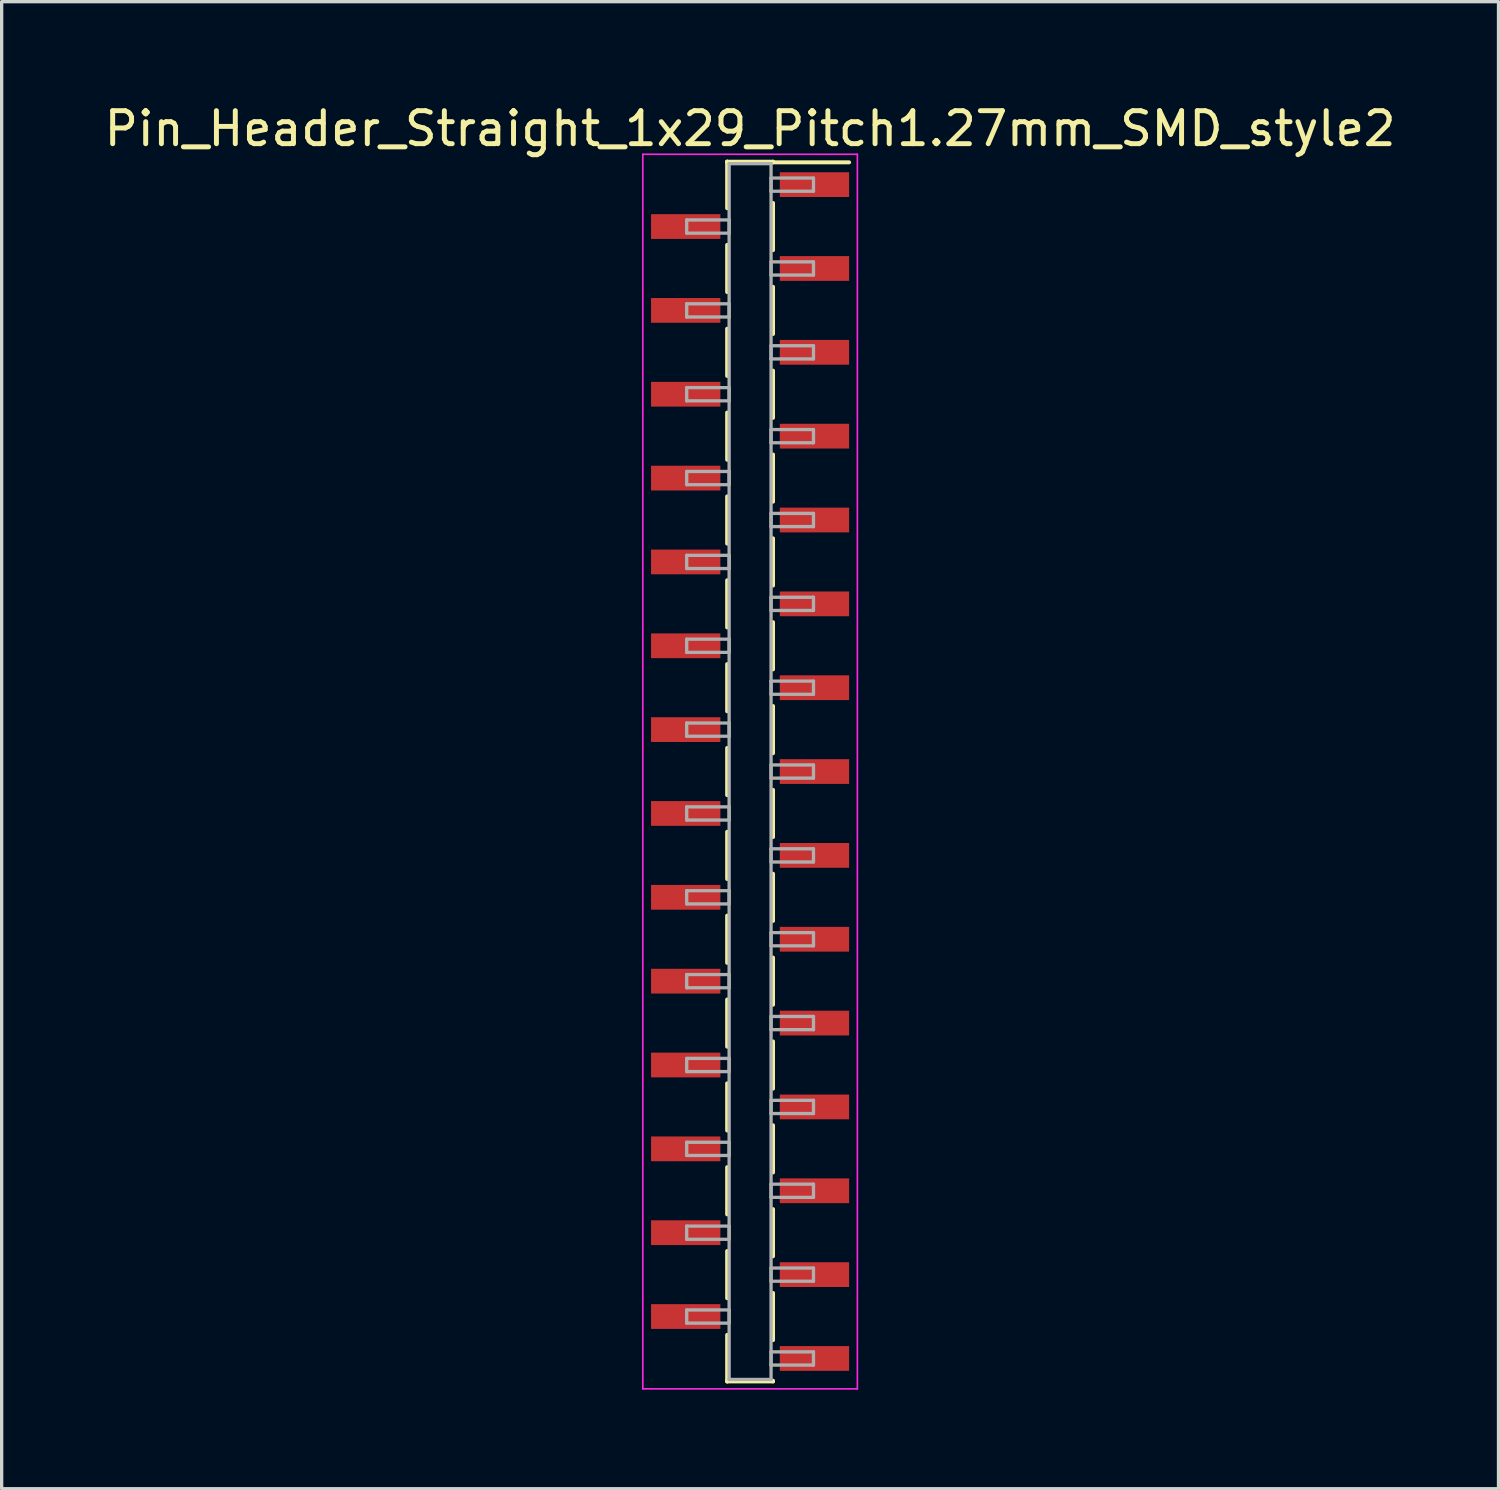
<source format=kicad_pcb>
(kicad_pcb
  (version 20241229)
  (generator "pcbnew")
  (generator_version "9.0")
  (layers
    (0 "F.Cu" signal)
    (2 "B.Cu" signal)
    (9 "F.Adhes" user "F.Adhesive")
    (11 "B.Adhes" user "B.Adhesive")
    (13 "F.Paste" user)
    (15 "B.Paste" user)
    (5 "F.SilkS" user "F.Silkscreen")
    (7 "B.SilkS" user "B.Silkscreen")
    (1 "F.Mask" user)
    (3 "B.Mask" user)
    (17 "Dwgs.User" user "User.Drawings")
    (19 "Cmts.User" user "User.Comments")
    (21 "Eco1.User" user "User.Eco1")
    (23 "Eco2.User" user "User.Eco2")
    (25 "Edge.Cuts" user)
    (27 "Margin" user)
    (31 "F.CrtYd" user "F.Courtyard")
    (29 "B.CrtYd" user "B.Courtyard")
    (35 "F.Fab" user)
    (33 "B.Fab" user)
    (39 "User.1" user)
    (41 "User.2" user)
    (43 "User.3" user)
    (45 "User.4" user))
  (footprint "Pin_Header_Straight_1x29_Pitch1.27mm_SMD_style2"
    (layer "F.Cu")
    (at 19.673 20.323)
    (property "Reference" "Pin_Header_Straight_1x29_Pitch1.27mm_SMD_style2" (at 0 -19.475 0) (layer "F.SilkS") (effects (font (size 1 1) (thickness 0.15))))
    (attr smd)
    (fp_line (start -0.695 -18.475) (end -0.695 -17.065) (stroke (width 0.12) (type solid)) (layer "F.SilkS"))
    (fp_line (start -0.695 -18.475) (end 0.695 -18.475) (stroke (width 0.12) (type solid)) (layer "F.SilkS"))
    (fp_line (start -0.695 -18.455) (end -0.695 -18.475) (stroke (width 0.12) (type solid)) (layer "F.SilkS"))
    (fp_line (start -0.695 -15.955) (end -0.695 -14.525) (stroke (width 0.12) (type solid)) (layer "F.SilkS"))
    (fp_line (start -0.695 -13.415) (end -0.695 -11.985) (stroke (width 0.12) (type solid)) (layer "F.SilkS"))
    (fp_line (start -0.695 -10.875) (end -0.695 -9.445) (stroke (width 0.12) (type solid)) (layer "F.SilkS"))
    (fp_line (start -0.695 -8.335) (end -0.695 -6.905) (stroke (width 0.12) (type solid)) (layer "F.SilkS"))
    (fp_line (start -0.695 -5.795) (end -0.695 -4.365) (stroke (width 0.12) (type solid)) (layer "F.SilkS"))
    (fp_line (start -0.695 -3.255) (end -0.695 -1.825) (stroke (width 0.12) (type solid)) (layer "F.SilkS"))
    (fp_line (start -0.695 -0.715) (end -0.695 0.715) (stroke (width 0.12) (type solid)) (layer "F.SilkS"))
    (fp_line (start -0.695 1.825) (end -0.695 3.255) (stroke (width 0.12) (type solid)) (layer "F.SilkS"))
    (fp_line (start -0.695 4.365) (end -0.695 5.795) (stroke (width 0.12) (type solid)) (layer "F.SilkS"))
    (fp_line (start -0.695 6.905) (end -0.695 8.335) (stroke (width 0.12) (type solid)) (layer "F.SilkS"))
    (fp_line (start -0.695 9.445) (end -0.695 10.875) (stroke (width 0.12) (type solid)) (layer "F.SilkS"))
    (fp_line (start -0.695 11.985) (end -0.695 13.415) (stroke (width 0.12) (type solid)) (layer "F.SilkS"))
    (fp_line (start -0.695 14.525) (end -0.695 15.955) (stroke (width 0.12) (type solid)) (layer "F.SilkS"))
    (fp_line (start -0.695 17.065) (end -0.695 18.475) (stroke (width 0.12) (type solid)) (layer "F.SilkS"))
    (fp_line (start -0.695 18.455) (end -0.695 18.475) (stroke (width 0.12) (type solid)) (layer "F.SilkS"))
    (fp_line (start -0.695 18.475) (end 0.695 18.475) (stroke (width 0.12) (type solid)) (layer "F.SilkS"))
    (fp_line (start 0.695 -18.475) (end 0.695 -18.455) (stroke (width 0.12) (type solid)) (layer "F.SilkS"))
    (fp_line (start 0.695 -18.455) (end 3 -18.455) (stroke (width 0.12) (type solid)) (layer "F.SilkS"))
    (fp_line (start 0.695 -17.225) (end 0.695 -15.795) (stroke (width 0.12) (type solid)) (layer "F.SilkS"))
    (fp_line (start 0.695 -14.685) (end 0.695 -13.255) (stroke (width 0.12) (type solid)) (layer "F.SilkS"))
    (fp_line (start 0.695 -12.145) (end 0.695 -10.715) (stroke (width 0.12) (type solid)) (layer "F.SilkS"))
    (fp_line (start 0.695 -9.605) (end 0.695 -8.175) (stroke (width 0.12) (type solid)) (layer "F.SilkS"))
    (fp_line (start 0.695 -7.065) (end 0.695 -5.635) (stroke (width 0.12) (type solid)) (layer "F.SilkS"))
    (fp_line (start 0.695 -4.525) (end 0.695 -3.095) (stroke (width 0.12) (type solid)) (layer "F.SilkS"))
    (fp_line (start 0.695 -1.985) (end 0.695 -0.555) (stroke (width 0.12) (type solid)) (layer "F.SilkS"))
    (fp_line (start 0.695 0.555) (end 0.695 1.985) (stroke (width 0.12) (type solid)) (layer "F.SilkS"))
    (fp_line (start 0.695 3.095) (end 0.695 4.525) (stroke (width 0.12) (type solid)) (layer "F.SilkS"))
    (fp_line (start 0.695 5.635) (end 0.695 7.065) (stroke (width 0.12) (type solid)) (layer "F.SilkS"))
    (fp_line (start 0.695 8.175) (end 0.695 9.605) (stroke (width 0.12) (type solid)) (layer "F.SilkS"))
    (fp_line (start 0.695 10.715) (end 0.695 12.145) (stroke (width 0.12) (type solid)) (layer "F.SilkS"))
    (fp_line (start 0.695 13.255) (end 0.695 14.685) (stroke (width 0.12) (type solid)) (layer "F.SilkS"))
    (fp_line (start 0.695 15.795) (end 0.695 17.225) (stroke (width 0.12) (type solid)) (layer "F.SilkS"))
    (fp_line (start 0.695 18.475) (end 0.695 18.455) (stroke (width 0.12) (type solid)) (layer "F.SilkS"))
    (fp_line (start -3.25 -18.7) (end -3.25 18.7) (stroke (width 0.05) (type solid)) (layer "F.CrtYd"))
    (fp_line (start -3.25 18.7) (end 3.25 18.7) (stroke (width 0.05) (type solid)) (layer "F.CrtYd"))
    (fp_line (start 3.25 -18.7) (end -3.25 -18.7) (stroke (width 0.05) (type solid)) (layer "F.CrtYd"))
    (fp_line (start 3.25 18.7) (end 3.25 -18.7) (stroke (width 0.05) (type solid)) (layer "F.CrtYd"))
    (fp_line (start -1.92 -16.71) (end -0.635 -16.71) (stroke (width 0.1) (type solid)) (layer "F.Fab"))
    (fp_line (start -1.92 -16.31) (end -1.92 -16.71) (stroke (width 0.1) (type solid)) (layer "F.Fab"))
    (fp_line (start -1.92 -14.17) (end -0.635 -14.17) (stroke (width 0.1) (type solid)) (layer "F.Fab"))
    (fp_line (start -1.92 -13.77) (end -1.92 -14.17) (stroke (width 0.1) (type solid)) (layer "F.Fab"))
    (fp_line (start -1.92 -11.63) (end -0.635 -11.63) (stroke (width 0.1) (type solid)) (layer "F.Fab"))
    (fp_line (start -1.92 -11.23) (end -1.92 -11.63) (stroke (width 0.1) (type solid)) (layer "F.Fab"))
    (fp_line (start -1.92 -9.09) (end -0.635 -9.09) (stroke (width 0.1) (type solid)) (layer "F.Fab"))
    (fp_line (start -1.92 -8.69) (end -1.92 -9.09) (stroke (width 0.1) (type solid)) (layer "F.Fab"))
    (fp_line (start -1.92 -6.55) (end -0.635 -6.55) (stroke (width 0.1) (type solid)) (layer "F.Fab"))
    (fp_line (start -1.92 -6.15) (end -1.92 -6.55) (stroke (width 0.1) (type solid)) (layer "F.Fab"))
    (fp_line (start -1.92 -4.01) (end -0.635 -4.01) (stroke (width 0.1) (type solid)) (layer "F.Fab"))
    (fp_line (start -1.92 -3.61) (end -1.92 -4.01) (stroke (width 0.1) (type solid)) (layer "F.Fab"))
    (fp_line (start -1.92 -1.47) (end -0.635 -1.47) (stroke (width 0.1) (type solid)) (layer "F.Fab"))
    (fp_line (start -1.92 -1.07) (end -1.92 -1.47) (stroke (width 0.1) (type solid)) (layer "F.Fab"))
    (fp_line (start -1.92 1.07) (end -0.635 1.07) (stroke (width 0.1) (type solid)) (layer "F.Fab"))
    (fp_line (start -1.92 1.47) (end -1.92 1.07) (stroke (width 0.1) (type solid)) (layer "F.Fab"))
    (fp_line (start -1.92 3.61) (end -0.635 3.61) (stroke (width 0.1) (type solid)) (layer "F.Fab"))
    (fp_line (start -1.92 4.01) (end -1.92 3.61) (stroke (width 0.1) (type solid)) (layer "F.Fab"))
    (fp_line (start -1.92 6.15) (end -0.635 6.15) (stroke (width 0.1) (type solid)) (layer "F.Fab"))
    (fp_line (start -1.92 6.55) (end -1.92 6.15) (stroke (width 0.1) (type solid)) (layer "F.Fab"))
    (fp_line (start -1.92 8.69) (end -0.635 8.69) (stroke (width 0.1) (type solid)) (layer "F.Fab"))
    (fp_line (start -1.92 9.09) (end -1.92 8.69) (stroke (width 0.1) (type solid)) (layer "F.Fab"))
    (fp_line (start -1.92 11.23) (end -0.635 11.23) (stroke (width 0.1) (type solid)) (layer "F.Fab"))
    (fp_line (start -1.92 11.63) (end -1.92 11.23) (stroke (width 0.1) (type solid)) (layer "F.Fab"))
    (fp_line (start -1.92 13.77) (end -0.635 13.77) (stroke (width 0.1) (type solid)) (layer "F.Fab"))
    (fp_line (start -1.92 14.17) (end -1.92 13.77) (stroke (width 0.1) (type solid)) (layer "F.Fab"))
    (fp_line (start -1.92 16.31) (end -0.635 16.31) (stroke (width 0.1) (type solid)) (layer "F.Fab"))
    (fp_line (start -1.92 16.71) (end -1.92 16.31) (stroke (width 0.1) (type solid)) (layer "F.Fab"))
    (fp_line (start -0.635 -18.415) (end -0.635 18.415) (stroke (width 0.1) (type solid)) (layer "F.Fab"))
    (fp_line (start -0.635 -16.71) (end -0.635 -16.31) (stroke (width 0.1) (type solid)) (layer "F.Fab"))
    (fp_line (start -0.635 -16.31) (end -1.92 -16.31) (stroke (width 0.1) (type solid)) (layer "F.Fab"))
    (fp_line (start -0.635 -14.17) (end -0.635 -13.77) (stroke (width 0.1) (type solid)) (layer "F.Fab"))
    (fp_line (start -0.635 -13.77) (end -1.92 -13.77) (stroke (width 0.1) (type solid)) (layer "F.Fab"))
    (fp_line (start -0.635 -11.63) (end -0.635 -11.23) (stroke (width 0.1) (type solid)) (layer "F.Fab"))
    (fp_line (start -0.635 -11.23) (end -1.92 -11.23) (stroke (width 0.1) (type solid)) (layer "F.Fab"))
    (fp_line (start -0.635 -9.09) (end -0.635 -8.69) (stroke (width 0.1) (type solid)) (layer "F.Fab"))
    (fp_line (start -0.635 -8.69) (end -1.92 -8.69) (stroke (width 0.1) (type solid)) (layer "F.Fab"))
    (fp_line (start -0.635 -6.55) (end -0.635 -6.15) (stroke (width 0.1) (type solid)) (layer "F.Fab"))
    (fp_line (start -0.635 -6.15) (end -1.92 -6.15) (stroke (width 0.1) (type solid)) (layer "F.Fab"))
    (fp_line (start -0.635 -4.01) (end -0.635 -3.61) (stroke (width 0.1) (type solid)) (layer "F.Fab"))
    (fp_line (start -0.635 -3.61) (end -1.92 -3.61) (stroke (width 0.1) (type solid)) (layer "F.Fab"))
    (fp_line (start -0.635 -1.47) (end -0.635 -1.07) (stroke (width 0.1) (type solid)) (layer "F.Fab"))
    (fp_line (start -0.635 -1.07) (end -1.92 -1.07) (stroke (width 0.1) (type solid)) (layer "F.Fab"))
    (fp_line (start -0.635 1.07) (end -0.635 1.47) (stroke (width 0.1) (type solid)) (layer "F.Fab"))
    (fp_line (start -0.635 1.47) (end -1.92 1.47) (stroke (width 0.1) (type solid)) (layer "F.Fab"))
    (fp_line (start -0.635 3.61) (end -0.635 4.01) (stroke (width 0.1) (type solid)) (layer "F.Fab"))
    (fp_line (start -0.635 4.01) (end -1.92 4.01) (stroke (width 0.1) (type solid)) (layer "F.Fab"))
    (fp_line (start -0.635 6.15) (end -0.635 6.55) (stroke (width 0.1) (type solid)) (layer "F.Fab"))
    (fp_line (start -0.635 6.55) (end -1.92 6.55) (stroke (width 0.1) (type solid)) (layer "F.Fab"))
    (fp_line (start -0.635 8.69) (end -0.635 9.09) (stroke (width 0.1) (type solid)) (layer "F.Fab"))
    (fp_line (start -0.635 9.09) (end -1.92 9.09) (stroke (width 0.1) (type solid)) (layer "F.Fab"))
    (fp_line (start -0.635 11.23) (end -0.635 11.63) (stroke (width 0.1) (type solid)) (layer "F.Fab"))
    (fp_line (start -0.635 11.63) (end -1.92 11.63) (stroke (width 0.1) (type solid)) (layer "F.Fab"))
    (fp_line (start -0.635 13.77) (end -0.635 14.17) (stroke (width 0.1) (type solid)) (layer "F.Fab"))
    (fp_line (start -0.635 14.17) (end -1.92 14.17) (stroke (width 0.1) (type solid)) (layer "F.Fab"))
    (fp_line (start -0.635 16.31) (end -0.635 16.71) (stroke (width 0.1) (type solid)) (layer "F.Fab"))
    (fp_line (start -0.635 16.71) (end -1.92 16.71) (stroke (width 0.1) (type solid)) (layer "F.Fab"))
    (fp_line (start -0.635 18.415) (end 0.635 18.415) (stroke (width 0.1) (type solid)) (layer "F.Fab"))
    (fp_line (start 0.635 -18.415) (end -0.635 -18.415) (stroke (width 0.1) (type solid)) (layer "F.Fab"))
    (fp_line (start 0.635 -17.98) (end 0.635 -17.58) (stroke (width 0.1) (type solid)) (layer "F.Fab"))
    (fp_line (start 0.635 -17.58) (end 1.92 -17.58) (stroke (width 0.1) (type solid)) (layer "F.Fab"))
    (fp_line (start 0.635 -15.44) (end 0.635 -15.04) (stroke (width 0.1) (type solid)) (layer "F.Fab"))
    (fp_line (start 0.635 -15.04) (end 1.92 -15.04) (stroke (width 0.1) (type solid)) (layer "F.Fab"))
    (fp_line (start 0.635 -12.9) (end 0.635 -12.5) (stroke (width 0.1) (type solid)) (layer "F.Fab"))
    (fp_line (start 0.635 -12.5) (end 1.92 -12.5) (stroke (width 0.1) (type solid)) (layer "F.Fab"))
    (fp_line (start 0.635 -10.36) (end 0.635 -9.96) (stroke (width 0.1) (type solid)) (layer "F.Fab"))
    (fp_line (start 0.635 -9.96) (end 1.92 -9.96) (stroke (width 0.1) (type solid)) (layer "F.Fab"))
    (fp_line (start 0.635 -7.82) (end 0.635 -7.42) (stroke (width 0.1) (type solid)) (layer "F.Fab"))
    (fp_line (start 0.635 -7.42) (end 1.92 -7.42) (stroke (width 0.1) (type solid)) (layer "F.Fab"))
    (fp_line (start 0.635 -5.28) (end 0.635 -4.88) (stroke (width 0.1) (type solid)) (layer "F.Fab"))
    (fp_line (start 0.635 -4.88) (end 1.92 -4.88) (stroke (width 0.1) (type solid)) (layer "F.Fab"))
    (fp_line (start 0.635 -2.74) (end 0.635 -2.34) (stroke (width 0.1) (type solid)) (layer "F.Fab"))
    (fp_line (start 0.635 -2.34) (end 1.92 -2.34) (stroke (width 0.1) (type solid)) (layer "F.Fab"))
    (fp_line (start 0.635 -0.2) (end 0.635 0.2) (stroke (width 0.1) (type solid)) (layer "F.Fab"))
    (fp_line (start 0.635 0.2) (end 1.92 0.2) (stroke (width 0.1) (type solid)) (layer "F.Fab"))
    (fp_line (start 0.635 2.34) (end 0.635 2.74) (stroke (width 0.1) (type solid)) (layer "F.Fab"))
    (fp_line (start 0.635 2.74) (end 1.92 2.74) (stroke (width 0.1) (type solid)) (layer "F.Fab"))
    (fp_line (start 0.635 4.88) (end 0.635 5.28) (stroke (width 0.1) (type solid)) (layer "F.Fab"))
    (fp_line (start 0.635 5.28) (end 1.92 5.28) (stroke (width 0.1) (type solid)) (layer "F.Fab"))
    (fp_line (start 0.635 7.42) (end 0.635 7.82) (stroke (width 0.1) (type solid)) (layer "F.Fab"))
    (fp_line (start 0.635 7.82) (end 1.92 7.82) (stroke (width 0.1) (type solid)) (layer "F.Fab"))
    (fp_line (start 0.635 9.96) (end 0.635 10.36) (stroke (width 0.1) (type solid)) (layer "F.Fab"))
    (fp_line (start 0.635 10.36) (end 1.92 10.36) (stroke (width 0.1) (type solid)) (layer "F.Fab"))
    (fp_line (start 0.635 12.5) (end 0.635 12.9) (stroke (width 0.1) (type solid)) (layer "F.Fab"))
    (fp_line (start 0.635 12.9) (end 1.92 12.9) (stroke (width 0.1) (type solid)) (layer "F.Fab"))
    (fp_line (start 0.635 15.04) (end 0.635 15.44) (stroke (width 0.1) (type solid)) (layer "F.Fab"))
    (fp_line (start 0.635 15.44) (end 1.92 15.44) (stroke (width 0.1) (type solid)) (layer "F.Fab"))
    (fp_line (start 0.635 17.58) (end 0.635 17.98) (stroke (width 0.1) (type solid)) (layer "F.Fab"))
    (fp_line (start 0.635 17.98) (end 1.92 17.98) (stroke (width 0.1) (type solid)) (layer "F.Fab"))
    (fp_line (start 0.635 18.415) (end 0.635 -18.415) (stroke (width 0.1) (type solid)) (layer "F.Fab"))
    (fp_line (start 1.92 -17.98) (end 0.635 -17.98) (stroke (width 0.1) (type solid)) (layer "F.Fab"))
    (fp_line (start 1.92 -17.58) (end 1.92 -17.98) (stroke (width 0.1) (type solid)) (layer "F.Fab"))
    (fp_line (start 1.92 -15.44) (end 0.635 -15.44) (stroke (width 0.1) (type solid)) (layer "F.Fab"))
    (fp_line (start 1.92 -15.04) (end 1.92 -15.44) (stroke (width 0.1) (type solid)) (layer "F.Fab"))
    (fp_line (start 1.92 -12.9) (end 0.635 -12.9) (stroke (width 0.1) (type solid)) (layer "F.Fab"))
    (fp_line (start 1.92 -12.5) (end 1.92 -12.9) (stroke (width 0.1) (type solid)) (layer "F.Fab"))
    (fp_line (start 1.92 -10.36) (end 0.635 -10.36) (stroke (width 0.1) (type solid)) (layer "F.Fab"))
    (fp_line (start 1.92 -9.96) (end 1.92 -10.36) (stroke (width 0.1) (type solid)) (layer "F.Fab"))
    (fp_line (start 1.92 -7.82) (end 0.635 -7.82) (stroke (width 0.1) (type solid)) (layer "F.Fab"))
    (fp_line (start 1.92 -7.42) (end 1.92 -7.82) (stroke (width 0.1) (type solid)) (layer "F.Fab"))
    (fp_line (start 1.92 -5.28) (end 0.635 -5.28) (stroke (width 0.1) (type solid)) (layer "F.Fab"))
    (fp_line (start 1.92 -4.88) (end 1.92 -5.28) (stroke (width 0.1) (type solid)) (layer "F.Fab"))
    (fp_line (start 1.92 -2.74) (end 0.635 -2.74) (stroke (width 0.1) (type solid)) (layer "F.Fab"))
    (fp_line (start 1.92 -2.34) (end 1.92 -2.74) (stroke (width 0.1) (type solid)) (layer "F.Fab"))
    (fp_line (start 1.92 -0.2) (end 0.635 -0.2) (stroke (width 0.1) (type solid)) (layer "F.Fab"))
    (fp_line (start 1.92 0.2) (end 1.92 -0.2) (stroke (width 0.1) (type solid)) (layer "F.Fab"))
    (fp_line (start 1.92 2.34) (end 0.635 2.34) (stroke (width 0.1) (type solid)) (layer "F.Fab"))
    (fp_line (start 1.92 2.74) (end 1.92 2.34) (stroke (width 0.1) (type solid)) (layer "F.Fab"))
    (fp_line (start 1.92 4.88) (end 0.635 4.88) (stroke (width 0.1) (type solid)) (layer "F.Fab"))
    (fp_line (start 1.92 5.28) (end 1.92 4.88) (stroke (width 0.1) (type solid)) (layer "F.Fab"))
    (fp_line (start 1.92 7.42) (end 0.635 7.42) (stroke (width 0.1) (type solid)) (layer "F.Fab"))
    (fp_line (start 1.92 7.82) (end 1.92 7.42) (stroke (width 0.1) (type solid)) (layer "F.Fab"))
    (fp_line (start 1.92 9.96) (end 0.635 9.96) (stroke (width 0.1) (type solid)) (layer "F.Fab"))
    (fp_line (start 1.92 10.36) (end 1.92 9.96) (stroke (width 0.1) (type solid)) (layer "F.Fab"))
    (fp_line (start 1.92 12.5) (end 0.635 12.5) (stroke (width 0.1) (type solid)) (layer "F.Fab"))
    (fp_line (start 1.92 12.9) (end 1.92 12.5) (stroke (width 0.1) (type solid)) (layer "F.Fab"))
    (fp_line (start 1.92 15.04) (end 0.635 15.04) (stroke (width 0.1) (type solid)) (layer "F.Fab"))
    (fp_line (start 1.92 15.44) (end 1.92 15.04) (stroke (width 0.1) (type solid)) (layer "F.Fab"))
    (fp_line (start 1.92 17.58) (end 0.635 17.58) (stroke (width 0.1) (type solid)) (layer "F.Fab"))
    (fp_line (start 1.92 17.98) (end 1.92 17.58) (stroke (width 0.1) (type solid)) (layer "F.Fab"))
    (pad "1" smd rect (at 1.95 -17.78) (size 2.1 0.75) (layers "F.Cu" "F.Mask"))
    (pad "2" smd rect (at -1.95 -16.51) (size 2.1 0.75) (layers "F.Cu" "F.Mask"))
    (pad "3" smd rect (at 1.95 -15.24) (size 2.1 0.75) (layers "F.Cu" "F.Mask"))
    (pad "4" smd rect (at -1.95 -13.97) (size 2.1 0.75) (layers "F.Cu" "F.Mask"))
    (pad "5" smd rect (at 1.95 -12.7) (size 2.1 0.75) (layers "F.Cu" "F.Mask"))
    (pad "6" smd rect (at -1.95 -11.43) (size 2.1 0.75) (layers "F.Cu" "F.Mask"))
    (pad "7" smd rect (at 1.95 -10.16) (size 2.1 0.75) (layers "F.Cu" "F.Mask"))
    (pad "8" smd rect (at -1.95 -8.89) (size 2.1 0.75) (layers "F.Cu" "F.Mask"))
    (pad "9" smd rect (at 1.95 -7.62) (size 2.1 0.75) (layers "F.Cu" "F.Mask"))
    (pad "10" smd rect (at -1.95 -6.35) (size 2.1 0.75) (layers "F.Cu" "F.Mask"))
    (pad "11" smd rect (at 1.95 -5.08) (size 2.1 0.75) (layers "F.Cu" "F.Mask"))
    (pad "12" smd rect (at -1.95 -3.81) (size 2.1 0.75) (layers "F.Cu" "F.Mask"))
    (pad "13" smd rect (at 1.95 -2.54) (size 2.1 0.75) (layers "F.Cu" "F.Mask"))
    (pad "14" smd rect (at -1.95 -1.27) (size 2.1 0.75) (layers "F.Cu" "F.Mask"))
    (pad "15" smd rect (at 1.95 0) (size 2.1 0.75) (layers "F.Cu" "F.Mask"))
    (pad "16" smd rect (at -1.95 1.27) (size 2.1 0.75) (layers "F.Cu" "F.Mask"))
    (pad "17" smd rect (at 1.95 2.54) (size 2.1 0.75) (layers "F.Cu" "F.Mask"))
    (pad "18" smd rect (at -1.95 3.81) (size 2.1 0.75) (layers "F.Cu" "F.Mask"))
    (pad "19" smd rect (at 1.95 5.08) (size 2.1 0.75) (layers "F.Cu" "F.Mask"))
    (pad "20" smd rect (at -1.95 6.35) (size 2.1 0.75) (layers "F.Cu" "F.Mask"))
    (pad "21" smd rect (at 1.95 7.62) (size 2.1 0.75) (layers "F.Cu" "F.Mask"))
    (pad "22" smd rect (at -1.95 8.89) (size 2.1 0.75) (layers "F.Cu" "F.Mask"))
    (pad "23" smd rect (at 1.95 10.16) (size 2.1 0.75) (layers "F.Cu" "F.Mask"))
    (pad "24" smd rect (at -1.95 11.43) (size 2.1 0.75) (layers "F.Cu" "F.Mask"))
    (pad "25" smd rect (at 1.95 12.7) (size 2.1 0.75) (layers "F.Cu" "F.Mask"))
    (pad "26" smd rect (at -1.95 13.97) (size 2.1 0.75) (layers "F.Cu" "F.Mask"))
    (pad "27" smd rect (at 1.95 15.24) (size 2.1 0.75) (layers "F.Cu" "F.Mask"))
    (pad "28" smd rect (at -1.95 16.51) (size 2.1 0.75) (layers "F.Cu" "F.Mask"))
    (pad "29" smd rect (at 1.95 17.78) (size 2.1 0.75) (layers "F.Cu" "F.Mask")))
  (gr_rect
    (start -3 -3)
    (end 42.345 42.048)
    (stroke (width 0.1) (type default))
    (fill no)
    (layer "Edge.Cuts")))
</source>
